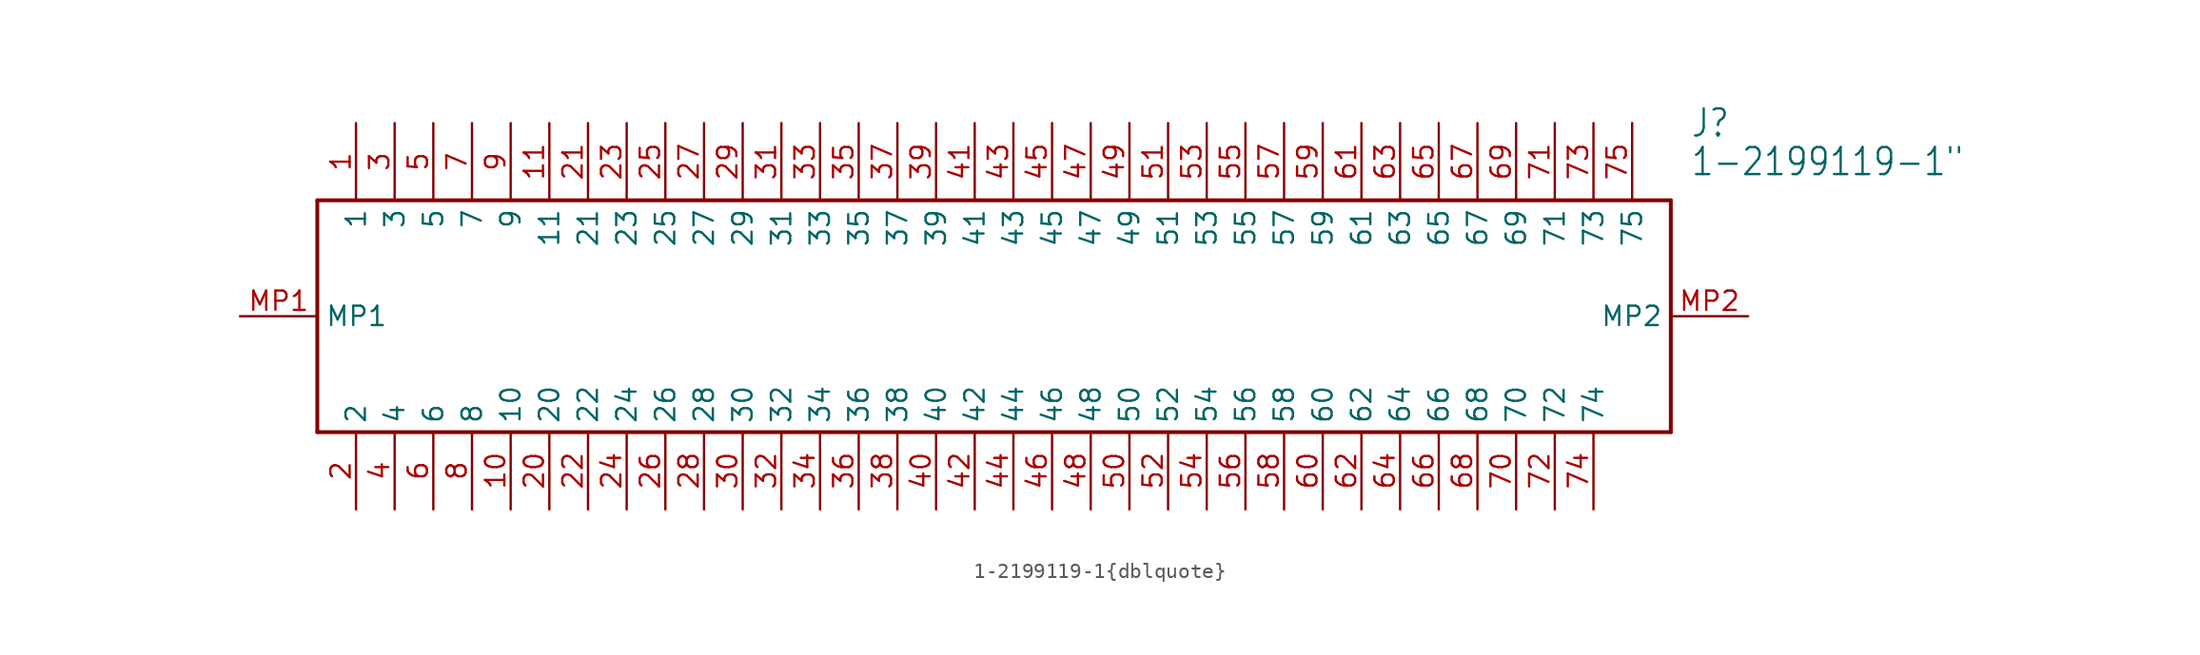
<source format=kicad_sym>
(kicad_symbol_lib
  (version 20211014)
  (generator kicad_symbol_editor)
  (symbol "1-2199119-1{dblquote}"
    (property "Reference" "J"
      (at 95.25 12.7 0)
      (effects (font (size 1.778 1.511)) (justify left)))
    (property "Value" "1-2199119-1{dblquote}"
      (at 95.25 10.16 0)
      (effects (font (size 1.778 1.511)) (justify left)))
    (property "ki_locked" ""
      (at 0 0 0)
      (effects (font (size 1.27 1.27))))
    (symbol "1-2199119-1{dblquote}_1_0"
      (polyline (pts (xy 5.08 7.62) (xy 5.08 -7.62)) (stroke (width 0.254) (type default) (color 0 0 0 0)) (fill (type none)))
      (polyline (pts (xy 5.08 7.62) (xy 93.98 7.62)) (stroke (width 0.254) (type default) (color 0 0 0 0)) (fill (type none)))
      (polyline (pts (xy 93.98 -7.62) (xy 5.08 -7.62)) (stroke (width 0.254) (type default) (color 0 0 0 0)) (fill (type none)))
      (polyline (pts (xy 93.98 -7.62) (xy 93.98 7.62)) (stroke (width 0.254) (type default) (color 0 0 0 0)) (fill (type none)))
      (pin bidirectional line (at 7.62 12.7 270) (length 5.08) (name "1" (effects (font (size 1.27 1.27)))) (number "1" (effects (font (size 1.27 1.27)))))
      (pin bidirectional line (at 17.78 -12.7 90) (length 5.08) (name "10" (effects (font (size 1.27 1.27)))) (number "10" (effects (font (size 1.27 1.27)))))
      (pin bidirectional line (at 20.32 12.7 270) (length 5.08) (name "11" (effects (font (size 1.27 1.27)))) (number "11" (effects (font (size 1.27 1.27)))))
      (pin bidirectional line (at 7.62 -12.7 90) (length 5.08) (name "2" (effects (font (size 1.27 1.27)))) (number "2" (effects (font (size 1.27 1.27)))))
      (pin bidirectional line (at 20.32 -12.7 90) (length 5.08) (name "20" (effects (font (size 1.27 1.27)))) (number "20" (effects (font (size 1.27 1.27)))))
      (pin bidirectional line (at 22.86 12.7 270) (length 5.08) (name "21" (effects (font (size 1.27 1.27)))) (number "21" (effects (font (size 1.27 1.27)))))
      (pin bidirectional line (at 22.86 -12.7 90) (length 5.08) (name "22" (effects (font (size 1.27 1.27)))) (number "22" (effects (font (size 1.27 1.27)))))
      (pin bidirectional line (at 25.4 12.7 270) (length 5.08) (name "23" (effects (font (size 1.27 1.27)))) (number "23" (effects (font (size 1.27 1.27)))))
      (pin bidirectional line (at 25.4 -12.7 90) (length 5.08) (name "24" (effects (font (size 1.27 1.27)))) (number "24" (effects (font (size 1.27 1.27)))))
      (pin bidirectional line (at 27.94 12.7 270) (length 5.08) (name "25" (effects (font (size 1.27 1.27)))) (number "25" (effects (font (size 1.27 1.27)))))
      (pin bidirectional line (at 27.94 -12.7 90) (length 5.08) (name "26" (effects (font (size 1.27 1.27)))) (number "26" (effects (font (size 1.27 1.27)))))
      (pin bidirectional line (at 30.48 12.7 270) (length 5.08) (name "27" (effects (font (size 1.27 1.27)))) (number "27" (effects (font (size 1.27 1.27)))))
      (pin bidirectional line (at 30.48 -12.7 90) (length 5.08) (name "28" (effects (font (size 1.27 1.27)))) (number "28" (effects (font (size 1.27 1.27)))))
      (pin bidirectional line (at 33.02 12.7 270) (length 5.08) (name "29" (effects (font (size 1.27 1.27)))) (number "29" (effects (font (size 1.27 1.27)))))
      (pin bidirectional line (at 10.16 12.7 270) (length 5.08) (name "3" (effects (font (size 1.27 1.27)))) (number "3" (effects (font (size 1.27 1.27)))))
      (pin bidirectional line (at 33.02 -12.7 90) (length 5.08) (name "30" (effects (font (size 1.27 1.27)))) (number "30" (effects (font (size 1.27 1.27)))))
      (pin bidirectional line (at 35.56 12.7 270) (length 5.08) (name "31" (effects (font (size 1.27 1.27)))) (number "31" (effects (font (size 1.27 1.27)))))
      (pin bidirectional line (at 35.56 -12.7 90) (length 5.08) (name "32" (effects (font (size 1.27 1.27)))) (number "32" (effects (font (size 1.27 1.27)))))
      (pin bidirectional line (at 38.1 12.7 270) (length 5.08) (name "33" (effects (font (size 1.27 1.27)))) (number "33" (effects (font (size 1.27 1.27)))))
      (pin bidirectional line (at 38.1 -12.7 90) (length 5.08) (name "34" (effects (font (size 1.27 1.27)))) (number "34" (effects (font (size 1.27 1.27)))))
      (pin bidirectional line (at 40.64 12.7 270) (length 5.08) (name "35" (effects (font (size 1.27 1.27)))) (number "35" (effects (font (size 1.27 1.27)))))
      (pin bidirectional line (at 40.64 -12.7 90) (length 5.08) (name "36" (effects (font (size 1.27 1.27)))) (number "36" (effects (font (size 1.27 1.27)))))
      (pin bidirectional line (at 43.18 12.7 270) (length 5.08) (name "37" (effects (font (size 1.27 1.27)))) (number "37" (effects (font (size 1.27 1.27)))))
      (pin bidirectional line (at 43.18 -12.7 90) (length 5.08) (name "38" (effects (font (size 1.27 1.27)))) (number "38" (effects (font (size 1.27 1.27)))))
      (pin bidirectional line (at 45.72 12.7 270) (length 5.08) (name "39" (effects (font (size 1.27 1.27)))) (number "39" (effects (font (size 1.27 1.27)))))
      (pin bidirectional line (at 10.16 -12.7 90) (length 5.08) (name "4" (effects (font (size 1.27 1.27)))) (number "4" (effects (font (size 1.27 1.27)))))
      (pin bidirectional line (at 45.72 -12.7 90) (length 5.08) (name "40" (effects (font (size 1.27 1.27)))) (number "40" (effects (font (size 1.27 1.27)))))
      (pin bidirectional line (at 48.26 12.7 270) (length 5.08) (name "41" (effects (font (size 1.27 1.27)))) (number "41" (effects (font (size 1.27 1.27)))))
      (pin bidirectional line (at 48.26 -12.7 90) (length 5.08) (name "42" (effects (font (size 1.27 1.27)))) (number "42" (effects (font (size 1.27 1.27)))))
      (pin bidirectional line (at 50.8 12.7 270) (length 5.08) (name "43" (effects (font (size 1.27 1.27)))) (number "43" (effects (font (size 1.27 1.27)))))
      (pin bidirectional line (at 50.8 -12.7 90) (length 5.08) (name "44" (effects (font (size 1.27 1.27)))) (number "44" (effects (font (size 1.27 1.27)))))
      (pin bidirectional line (at 53.34 12.7 270) (length 5.08) (name "45" (effects (font (size 1.27 1.27)))) (number "45" (effects (font (size 1.27 1.27)))))
      (pin bidirectional line (at 53.34 -12.7 90) (length 5.08) (name "46" (effects (font (size 1.27 1.27)))) (number "46" (effects (font (size 1.27 1.27)))))
      (pin bidirectional line (at 55.88 12.7 270) (length 5.08) (name "47" (effects (font (size 1.27 1.27)))) (number "47" (effects (font (size 1.27 1.27)))))
      (pin bidirectional line (at 55.88 -12.7 90) (length 5.08) (name "48" (effects (font (size 1.27 1.27)))) (number "48" (effects (font (size 1.27 1.27)))))
      (pin bidirectional line (at 58.42 12.7 270) (length 5.08) (name "49" (effects (font (size 1.27 1.27)))) (number "49" (effects (font (size 1.27 1.27)))))
      (pin bidirectional line (at 12.7 12.7 270) (length 5.08) (name "5" (effects (font (size 1.27 1.27)))) (number "5" (effects (font (size 1.27 1.27)))))
      (pin bidirectional line (at 58.42 -12.7 90) (length 5.08) (name "50" (effects (font (size 1.27 1.27)))) (number "50" (effects (font (size 1.27 1.27)))))
      (pin bidirectional line (at 60.96 12.7 270) (length 5.08) (name "51" (effects (font (size 1.27 1.27)))) (number "51" (effects (font (size 1.27 1.27)))))
      (pin bidirectional line (at 60.96 -12.7 90) (length 5.08) (name "52" (effects (font (size 1.27 1.27)))) (number "52" (effects (font (size 1.27 1.27)))))
      (pin bidirectional line (at 63.5 12.7 270) (length 5.08) (name "53" (effects (font (size 1.27 1.27)))) (number "53" (effects (font (size 1.27 1.27)))))
      (pin bidirectional line (at 63.5 -12.7 90) (length 5.08) (name "54" (effects (font (size 1.27 1.27)))) (number "54" (effects (font (size 1.27 1.27)))))
      (pin bidirectional line (at 66.04 12.7 270) (length 5.08) (name "55" (effects (font (size 1.27 1.27)))) (number "55" (effects (font (size 1.27 1.27)))))
      (pin bidirectional line (at 66.04 -12.7 90) (length 5.08) (name "56" (effects (font (size 1.27 1.27)))) (number "56" (effects (font (size 1.27 1.27)))))
      (pin bidirectional line (at 68.58 12.7 270) (length 5.08) (name "57" (effects (font (size 1.27 1.27)))) (number "57" (effects (font (size 1.27 1.27)))))
      (pin bidirectional line (at 68.58 -12.7 90) (length 5.08) (name "58" (effects (font (size 1.27 1.27)))) (number "58" (effects (font (size 1.27 1.27)))))
      (pin bidirectional line (at 71.12 12.7 270) (length 5.08) (name "59" (effects (font (size 1.27 1.27)))) (number "59" (effects (font (size 1.27 1.27)))))
      (pin bidirectional line (at 12.7 -12.7 90) (length 5.08) (name "6" (effects (font (size 1.27 1.27)))) (number "6" (effects (font (size 1.27 1.27)))))
      (pin bidirectional line (at 71.12 -12.7 90) (length 5.08) (name "60" (effects (font (size 1.27 1.27)))) (number "60" (effects (font (size 1.27 1.27)))))
      (pin bidirectional line (at 73.66 12.7 270) (length 5.08) (name "61" (effects (font (size 1.27 1.27)))) (number "61" (effects (font (size 1.27 1.27)))))
      (pin bidirectional line (at 73.66 -12.7 90) (length 5.08) (name "62" (effects (font (size 1.27 1.27)))) (number "62" (effects (font (size 1.27 1.27)))))
      (pin bidirectional line (at 76.2 12.7 270) (length 5.08) (name "63" (effects (font (size 1.27 1.27)))) (number "63" (effects (font (size 1.27 1.27)))))
      (pin bidirectional line (at 76.2 -12.7 90) (length 5.08) (name "64" (effects (font (size 1.27 1.27)))) (number "64" (effects (font (size 1.27 1.27)))))
      (pin bidirectional line (at 78.74 12.7 270) (length 5.08) (name "65" (effects (font (size 1.27 1.27)))) (number "65" (effects (font (size 1.27 1.27)))))
      (pin bidirectional line (at 78.74 -12.7 90) (length 5.08) (name "66" (effects (font (size 1.27 1.27)))) (number "66" (effects (font (size 1.27 1.27)))))
      (pin bidirectional line (at 81.28 12.7 270) (length 5.08) (name "67" (effects (font (size 1.27 1.27)))) (number "67" (effects (font (size 1.27 1.27)))))
      (pin bidirectional line (at 81.28 -12.7 90) (length 5.08) (name "68" (effects (font (size 1.27 1.27)))) (number "68" (effects (font (size 1.27 1.27)))))
      (pin bidirectional line (at 83.82 12.7 270) (length 5.08) (name "69" (effects (font (size 1.27 1.27)))) (number "69" (effects (font (size 1.27 1.27)))))
      (pin bidirectional line (at 15.24 12.7 270) (length 5.08) (name "7" (effects (font (size 1.27 1.27)))) (number "7" (effects (font (size 1.27 1.27)))))
      (pin bidirectional line (at 83.82 -12.7 90) (length 5.08) (name "70" (effects (font (size 1.27 1.27)))) (number "70" (effects (font (size 1.27 1.27)))))
      (pin bidirectional line (at 86.36 12.7 270) (length 5.08) (name "71" (effects (font (size 1.27 1.27)))) (number "71" (effects (font (size 1.27 1.27)))))
      (pin bidirectional line (at 86.36 -12.7 90) (length 5.08) (name "72" (effects (font (size 1.27 1.27)))) (number "72" (effects (font (size 1.27 1.27)))))
      (pin bidirectional line (at 88.9 12.7 270) (length 5.08) (name "73" (effects (font (size 1.27 1.27)))) (number "73" (effects (font (size 1.27 1.27)))))
      (pin bidirectional line (at 88.9 -12.7 90) (length 5.08) (name "74" (effects (font (size 1.27 1.27)))) (number "74" (effects (font (size 1.27 1.27)))))
      (pin bidirectional line (at 91.44 12.7 270) (length 5.08) (name "75" (effects (font (size 1.27 1.27)))) (number "75" (effects (font (size 1.27 1.27)))))
      (pin bidirectional line (at 15.24 -12.7 90) (length 5.08) (name "8" (effects (font (size 1.27 1.27)))) (number "8" (effects (font (size 1.27 1.27)))))
      (pin bidirectional line (at 17.78 12.7 270) (length 5.08) (name "9" (effects (font (size 1.27 1.27)))) (number "9" (effects (font (size 1.27 1.27)))))
      (pin bidirectional line (at 0 0 0) (length 5.08) (name "MP1" (effects (font (size 1.27 1.27)))) (number "MP1" (effects (font (size 1.27 1.27)))))
      (pin bidirectional line (at 99.06 0 180) (length 5.08) (name "MP2" (effects (font (size 1.27 1.27)))) (number "MP2" (effects (font (size 1.27 1.27))))))))
</source>
